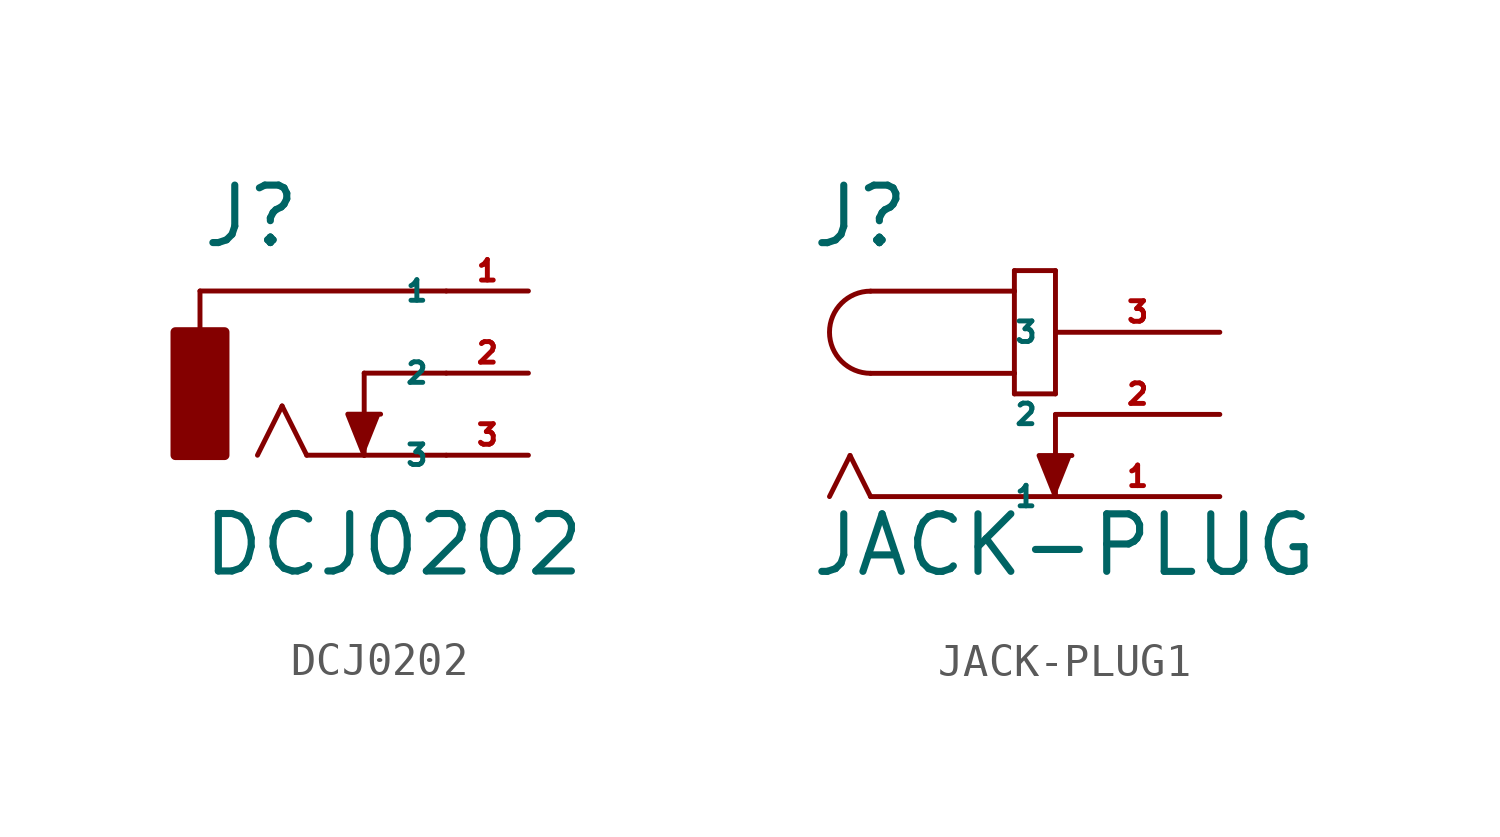
<source format=kicad_sym>
(kicad_symbol_lib
  (version 20220914)
  (generator Eagle2Kicad)
  (symbol "DCJ0202"
    (property "Reference" "J"
      (at -2.54 3.81 0)
      (effects (font (size 1.778 1.778) (thickness 0.22)) (justify left bottom)))
    (property "Value" "DCJ0202"
      (at -2.54 -6.35 0)
      (effects (font (size 1.778 1.778) (thickness 0.22)) (justify left bottom)))
    (polyline
      (pts (xy 2.54 -2.54) (xy 2.032 -1.27) (xy 3.048 -1.27))
      (stroke (width 0.152) (type default))
      (fill (type outline)))
    (polyline
      (pts (xy 5.08 2.54) (xy -2.54 2.54))
      (stroke (width 0.152) (type default))
      (fill (type none)))
    (polyline
      (pts (xy -2.54 2.54) (xy -2.54 1.27))
      (stroke (width 0.152) (type default))
      (fill (type none)))
    (polyline
      (pts (xy 5.08 0) (xy 2.54 0))
      (stroke (width 0.152) (type default))
      (fill (type none)))
    (polyline
      (pts (xy 2.54 0) (xy 2.54 -2.54))
      (stroke (width 0.152) (type default))
      (fill (type none)))
    (polyline
      (pts (xy 5.08 -2.54) (xy 2.54 -2.54))
      (stroke (width 0.152) (type default))
      (fill (type none)))
    (polyline
      (pts (xy 2.54 -2.54) (xy 0.762 -2.54))
      (stroke (width 0.152) (type default))
      (fill (type none)))
    (polyline
      (pts (xy 0.762 -2.54) (xy 0 -1.016))
      (stroke (width 0.152) (type default))
      (fill (type none)))
    (polyline
      (pts (xy 0 -1.016) (xy -0.762 -2.54))
      (stroke (width 0.152) (type default))
      (fill (type none)))
    (rectangle
      (start -3.302 -2.54)
      (end -1.778 1.27)
      (stroke (width 0.3) (type default))
      (fill (type outline)))
    (pin passive line
      (at 7.62 2.54 180)
      (length 2.54)
      (name "1" (effects (font (size 0.635 0.635) (thickness 0.08)) (justify left bottom)))
      (number "1" (effects (font (size 0.635 0.635) (thickness 0.08)) (justify left bottom))))
    (pin passive line
      (at 7.62 0 180)
      (length 2.54)
      (name "2" (effects (font (size 0.635 0.635) (thickness 0.08)) (justify left bottom)))
      (number "2" (effects (font (size 0.635 0.635) (thickness 0.08)) (justify left bottom))))
    (pin passive line
      (at 7.62 -2.54 180)
      (length 2.54)
      (name "3" (effects (font (size 0.635 0.635) (thickness 0.08)) (justify left bottom)))
      (number "3" (effects (font (size 0.635 0.635) (thickness 0.08)) (justify left bottom)))))
  (symbol "JACK-PLUG1"
    (property "Reference" "J"
      (at -7.62 5.08 0)
      (effects (font (size 1.778 1.778) (thickness 0.22)) (justify left bottom)))
    (property "Value" "JACK-PLUG"
      (at -7.62 -5.08 0)
      (effects (font (size 1.778 1.778) (thickness 0.22)) (justify left bottom)))
    (polyline
      (pts (xy 0 -2.54) (xy -0.508 -1.27) (xy 0.508 -1.27))
      (stroke (width 0.152) (type default))
      (fill (type outline)))
    (arc
      (start -5.715 3.81)
      (mid -6.985 2.540)
      (end -5.715 1.27)
      (stroke (width 0.1524) (type default))
      (fill (type none)))
    (polyline
      (pts (xy -5.715 3.81) (xy -1.27 3.81))
      (stroke (width 0.152) (type default))
      (fill (type none)))
    (polyline
      (pts (xy -1.27 3.81) (xy -1.27 1.27))
      (stroke (width 0.152) (type default))
      (fill (type none)))
    (polyline
      (pts (xy -1.27 1.27) (xy -5.715 1.27))
      (stroke (width 0.152) (type default))
      (fill (type none)))
    (polyline
      (pts (xy -1.27 1.27) (xy -1.27 0.635))
      (stroke (width 0.152) (type default))
      (fill (type none)))
    (polyline
      (pts (xy -1.27 0.635) (xy 0 0.635))
      (stroke (width 0.152) (type default))
      (fill (type none)))
    (polyline
      (pts (xy 0 0.635) (xy 0 4.445))
      (stroke (width 0.152) (type default))
      (fill (type none)))
    (polyline
      (pts (xy 0 4.445) (xy -1.27 4.445))
      (stroke (width 0.152) (type default))
      (fill (type none)))
    (polyline
      (pts (xy -1.27 4.445) (xy -1.27 3.81))
      (stroke (width 0.152) (type default))
      (fill (type none)))
    (polyline
      (pts (xy 0 -2.54) (xy -5.715 -2.54))
      (stroke (width 0.152) (type default))
      (fill (type none)))
    (polyline
      (pts (xy -5.715 -2.54) (xy -6.35 -1.27))
      (stroke (width 0.152) (type default))
      (fill (type none)))
    (polyline
      (pts (xy -6.35 -1.27) (xy -6.985 -2.54))
      (stroke (width 0.152) (type default))
      (fill (type none)))
    (polyline
      (pts (xy 0 0) (xy 0 -2.54))
      (stroke (width 0.152) (type default))
      (fill (type none)))
    (pin passive line
      (at 5.08 2.54 180)
      (length 5.08)
      (name "3" (effects (font (size 0.635 0.635) (thickness 0.08)) (justify left bottom)))
      (number "3" (effects (font (size 0.635 0.635) (thickness 0.08)) (justify left bottom))))
    (pin passive line
      (at 5.08 0 180)
      (length 5.08)
      (name "2" (effects (font (size 0.635 0.635) (thickness 0.08)) (justify left bottom)))
      (number "2" (effects (font (size 0.635 0.635) (thickness 0.08)) (justify left bottom))))
    (pin passive line
      (at 5.08 -2.54 180)
      (length 5.08)
      (name "1" (effects (font (size 0.635 0.635) (thickness 0.08)) (justify left bottom)))
      (number "1" (effects (font (size 0.635 0.635) (thickness 0.08)) (justify left bottom))))))
</source>
